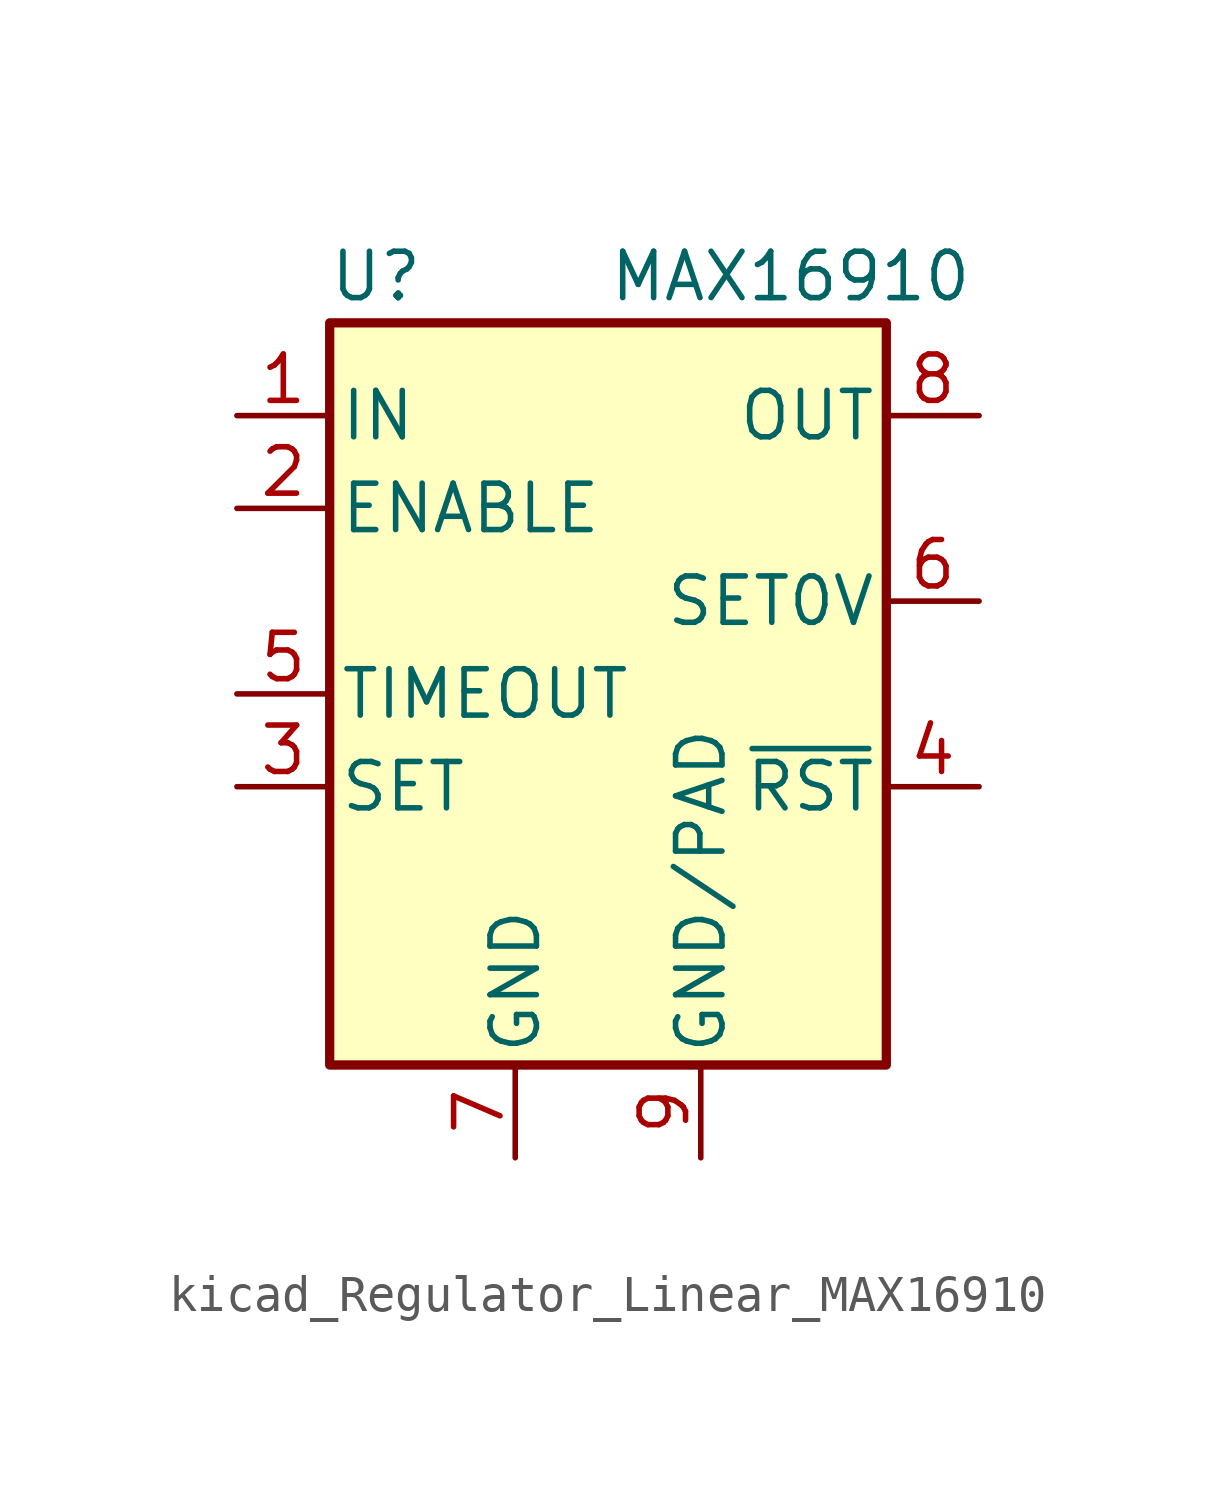
<source format=kicad_sym>
(kicad_symbol_lib
  (version 20220914)
  (generator kicad_symbol_editor)
  (symbol "kicad_Regulator_Linear_MAX16910"
    (pin_names
      (offset 0.254))
    (property "Reference" "U"
      (at -6.35 11.43 0)
      (effects (font (size 1.27 1.27))))
    (property "Value" "MAX16910"
      (at 0 11.43 0)
      (effects (font (size 1.27 1.27)) (justify left)))
    (symbol "kicad_Regulator_Linear_MAX16910_0_1"
      (rectangle (start -7.62 10.16) (end 7.62 -10.16) (stroke (width 0.254) (type default)) (fill (type background))))
    (symbol "kicad_Regulator_Linear_MAX16910_1_1"
      (pin power_in line (at -10.16 7.62 0) (length 2.54) (name "IN" (effects (font (size 1.27 1.27)))) (number "1" (effects (font (size 1.27 1.27)))))
      (pin input line (at -10.16 5.08 0) (length 2.54) (name "ENABLE" (effects (font (size 1.27 1.27)))) (number "2" (effects (font (size 1.27 1.27)))))
      (pin input line (at -10.16 -2.54 0) (length 2.54) (name "SET" (effects (font (size 1.27 1.27)))) (number "3" (effects (font (size 1.27 1.27)))))
      (pin open_collector line (at 10.16 -2.54 180) (length 2.54) (name "~{RST}" (effects (font (size 1.27 1.27)))) (number "4" (effects (font (size 1.27 1.27)))))
      (pin passive line (at -10.16 0 0) (length 2.54) (name "TIMEOUT" (effects (font (size 1.27 1.27)))) (number "5" (effects (font (size 1.27 1.27)))))
      (pin input line (at 10.16 2.54 180) (length 2.54) (name "SET0V" (effects (font (size 1.27 1.27)))) (number "6" (effects (font (size 1.27 1.27)))))
      (pin power_in line (at -2.54 -12.7 90) (length 2.54) (name "GND" (effects (font (size 1.27 1.27)))) (number "7" (effects (font (size 1.27 1.27)))))
      (pin power_out line (at 10.16 7.62 180) (length 2.54) (name "OUT" (effects (font (size 1.27 1.27)))) (number "8" (effects (font (size 1.27 1.27)))))
      (pin power_in line (at 2.54 -12.7 90) (length 2.54) (name "GND/PAD" (effects (font (size 1.27 1.27)))) (number "9" (effects (font (size 1.27 1.27))))))))
</source>
